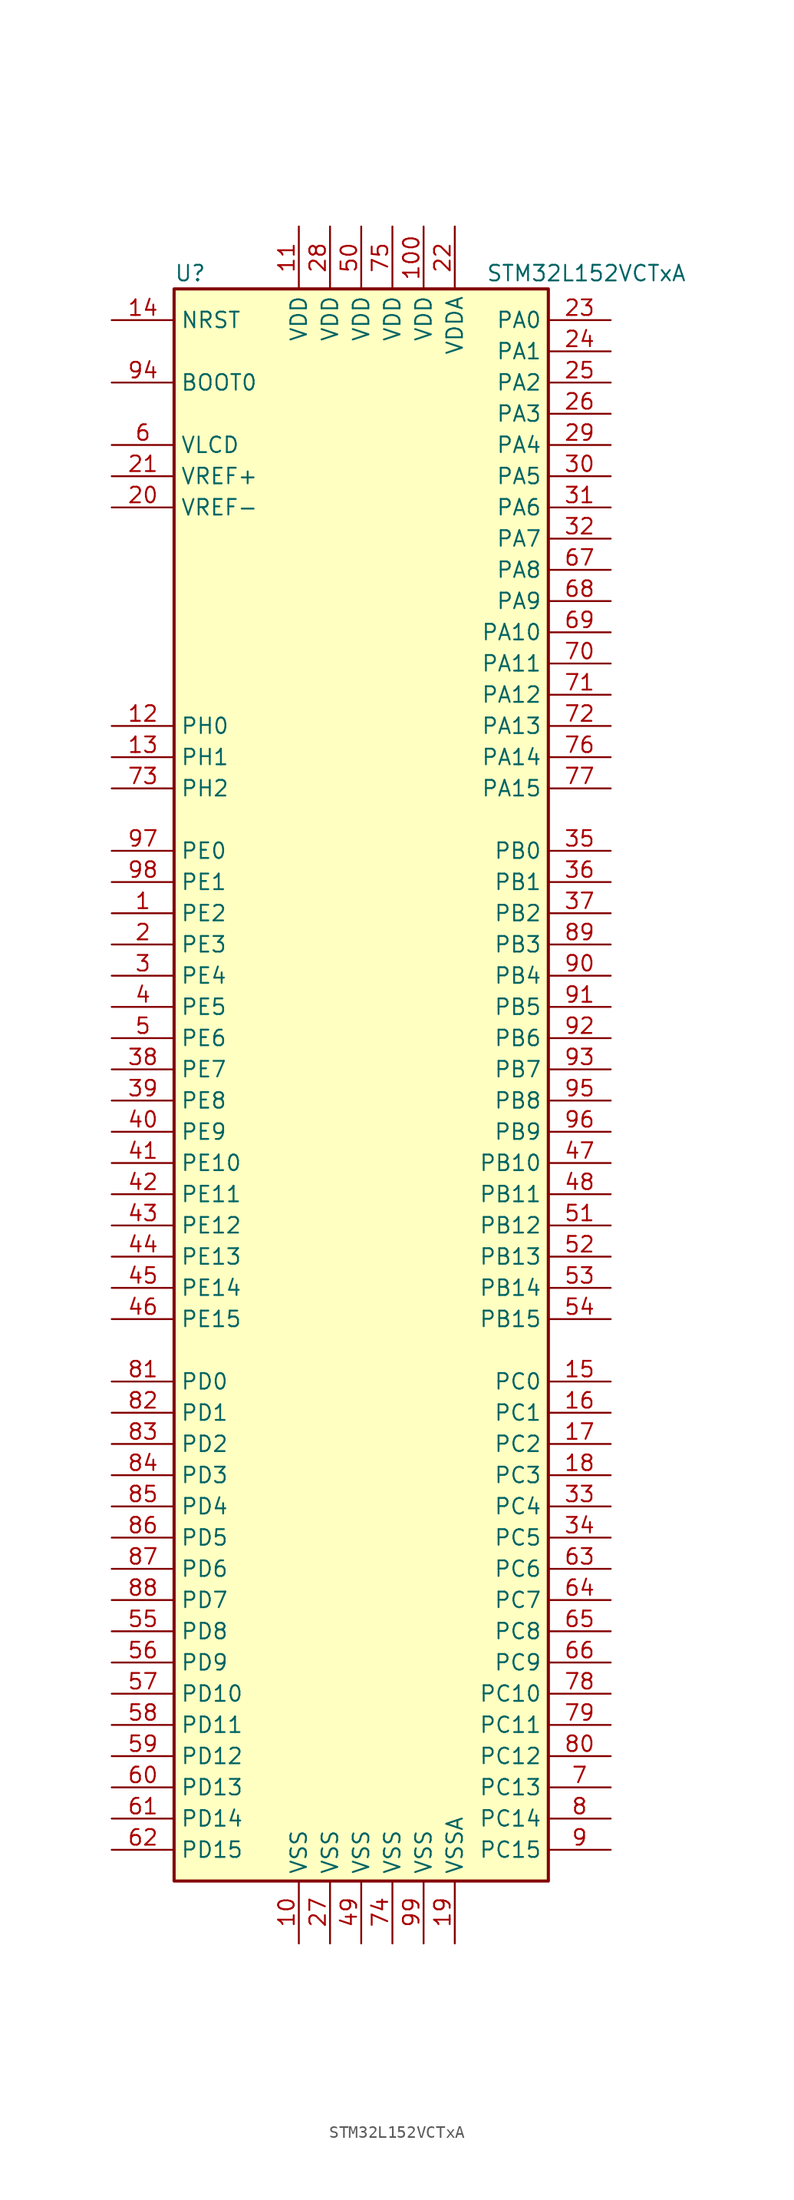
<source format=kicad_sym>
(kicad_symbol_lib
  (version 20201005)
  (generator kicad_symbol_editor)
  (symbol "MCU_ST_STM32L1:STM32L152VCTxA"
    (property "Reference" "U"
      (at -15.24 64.77 0)
      (effects (font (size 1.27 1.27)) (justify left)))
    (property "Value" "STM32L152VCTxA"
      (at 10.16 64.77 0)
      (effects (font (size 1.27 1.27)) (justify left)))
    (symbol "STM32L152VCTxA_0_1"
      (rectangle (start -15.24 -66.04) (end 15.24 63.5) (stroke (width 0.254)) (fill (type background))))
    (symbol "STM32L152VCTxA_1_1"
      (pin input line (at -20.32 55.88 0) (length 5.08) (name "BOOT0" (effects (font (size 1.27 1.27)))) (number "94" (effects (font (size 1.27 1.27)))))
      (pin input line (at -20.32 60.96 0) (length 5.08) (name "NRST" (effects (font (size 1.27 1.27)))) (number "14" (effects (font (size 1.27 1.27)))))
      (pin bidirectional line (at 20.32 60.96 180) (length 5.08) (name "PA0" (effects (font (size 1.27 1.27)))) (number "23" (effects (font (size 1.27 1.27)))))
      (pin bidirectional line (at 20.32 58.42 180) (length 5.08) (name "PA1" (effects (font (size 1.27 1.27)))) (number "24" (effects (font (size 1.27 1.27)))))
      (pin bidirectional line (at 20.32 35.56 180) (length 5.08) (name "PA10" (effects (font (size 1.27 1.27)))) (number "69" (effects (font (size 1.27 1.27)))))
      (pin bidirectional line (at 20.32 33.02 180) (length 5.08) (name "PA11" (effects (font (size 1.27 1.27)))) (number "70" (effects (font (size 1.27 1.27)))))
      (pin bidirectional line (at 20.32 30.48 180) (length 5.08) (name "PA12" (effects (font (size 1.27 1.27)))) (number "71" (effects (font (size 1.27 1.27)))))
      (pin bidirectional line (at 20.32 27.94 180) (length 5.08) (name "PA13" (effects (font (size 1.27 1.27)))) (number "72" (effects (font (size 1.27 1.27)))))
      (pin bidirectional line (at 20.32 25.4 180) (length 5.08) (name "PA14" (effects (font (size 1.27 1.27)))) (number "76" (effects (font (size 1.27 1.27)))))
      (pin bidirectional line (at 20.32 22.86 180) (length 5.08) (name "PA15" (effects (font (size 1.27 1.27)))) (number "77" (effects (font (size 1.27 1.27)))))
      (pin bidirectional line (at 20.32 55.88 180) (length 5.08) (name "PA2" (effects (font (size 1.27 1.27)))) (number "25" (effects (font (size 1.27 1.27)))))
      (pin bidirectional line (at 20.32 53.34 180) (length 5.08) (name "PA3" (effects (font (size 1.27 1.27)))) (number "26" (effects (font (size 1.27 1.27)))))
      (pin bidirectional line (at 20.32 50.8 180) (length 5.08) (name "PA4" (effects (font (size 1.27 1.27)))) (number "29" (effects (font (size 1.27 1.27)))))
      (pin bidirectional line (at 20.32 48.26 180) (length 5.08) (name "PA5" (effects (font (size 1.27 1.27)))) (number "30" (effects (font (size 1.27 1.27)))))
      (pin bidirectional line (at 20.32 45.72 180) (length 5.08) (name "PA6" (effects (font (size 1.27 1.27)))) (number "31" (effects (font (size 1.27 1.27)))))
      (pin bidirectional line (at 20.32 43.18 180) (length 5.08) (name "PA7" (effects (font (size 1.27 1.27)))) (number "32" (effects (font (size 1.27 1.27)))))
      (pin bidirectional line (at 20.32 40.64 180) (length 5.08) (name "PA8" (effects (font (size 1.27 1.27)))) (number "67" (effects (font (size 1.27 1.27)))))
      (pin bidirectional line (at 20.32 38.1 180) (length 5.08) (name "PA9" (effects (font (size 1.27 1.27)))) (number "68" (effects (font (size 1.27 1.27)))))
      (pin bidirectional line (at 20.32 17.78 180) (length 5.08) (name "PB0" (effects (font (size 1.27 1.27)))) (number "35" (effects (font (size 1.27 1.27)))))
      (pin bidirectional line (at 20.32 15.24 180) (length 5.08) (name "PB1" (effects (font (size 1.27 1.27)))) (number "36" (effects (font (size 1.27 1.27)))))
      (pin bidirectional line (at 20.32 -7.62 180) (length 5.08) (name "PB10" (effects (font (size 1.27 1.27)))) (number "47" (effects (font (size 1.27 1.27)))))
      (pin bidirectional line (at 20.32 -10.16 180) (length 5.08) (name "PB11" (effects (font (size 1.27 1.27)))) (number "48" (effects (font (size 1.27 1.27)))))
      (pin bidirectional line (at 20.32 -12.7 180) (length 5.08) (name "PB12" (effects (font (size 1.27 1.27)))) (number "51" (effects (font (size 1.27 1.27)))))
      (pin bidirectional line (at 20.32 -15.24 180) (length 5.08) (name "PB13" (effects (font (size 1.27 1.27)))) (number "52" (effects (font (size 1.27 1.27)))))
      (pin bidirectional line (at 20.32 -17.78 180) (length 5.08) (name "PB14" (effects (font (size 1.27 1.27)))) (number "53" (effects (font (size 1.27 1.27)))))
      (pin bidirectional line (at 20.32 -20.32 180) (length 5.08) (name "PB15" (effects (font (size 1.27 1.27)))) (number "54" (effects (font (size 1.27 1.27)))))
      (pin bidirectional line (at 20.32 12.7 180) (length 5.08) (name "PB2" (effects (font (size 1.27 1.27)))) (number "37" (effects (font (size 1.27 1.27)))))
      (pin bidirectional line (at 20.32 10.16 180) (length 5.08) (name "PB3" (effects (font (size 1.27 1.27)))) (number "89" (effects (font (size 1.27 1.27)))))
      (pin bidirectional line (at 20.32 7.62 180) (length 5.08) (name "PB4" (effects (font (size 1.27 1.27)))) (number "90" (effects (font (size 1.27 1.27)))))
      (pin bidirectional line (at 20.32 5.08 180) (length 5.08) (name "PB5" (effects (font (size 1.27 1.27)))) (number "91" (effects (font (size 1.27 1.27)))))
      (pin bidirectional line (at 20.32 2.54 180) (length 5.08) (name "PB6" (effects (font (size 1.27 1.27)))) (number "92" (effects (font (size 1.27 1.27)))))
      (pin bidirectional line (at 20.32 0 180) (length 5.08) (name "PB7" (effects (font (size 1.27 1.27)))) (number "93" (effects (font (size 1.27 1.27)))))
      (pin bidirectional line (at 20.32 -2.54 180) (length 5.08) (name "PB8" (effects (font (size 1.27 1.27)))) (number "95" (effects (font (size 1.27 1.27)))))
      (pin bidirectional line (at 20.32 -5.08 180) (length 5.08) (name "PB9" (effects (font (size 1.27 1.27)))) (number "96" (effects (font (size 1.27 1.27)))))
      (pin bidirectional line (at 20.32 -25.4 180) (length 5.08) (name "PC0" (effects (font (size 1.27 1.27)))) (number "15" (effects (font (size 1.27 1.27)))))
      (pin bidirectional line (at 20.32 -27.94 180) (length 5.08) (name "PC1" (effects (font (size 1.27 1.27)))) (number "16" (effects (font (size 1.27 1.27)))))
      (pin bidirectional line (at 20.32 -50.8 180) (length 5.08) (name "PC10" (effects (font (size 1.27 1.27)))) (number "78" (effects (font (size 1.27 1.27)))))
      (pin bidirectional line (at 20.32 -53.34 180) (length 5.08) (name "PC11" (effects (font (size 1.27 1.27)))) (number "79" (effects (font (size 1.27 1.27)))))
      (pin bidirectional line (at 20.32 -55.88 180) (length 5.08) (name "PC12" (effects (font (size 1.27 1.27)))) (number "80" (effects (font (size 1.27 1.27)))))
      (pin bidirectional line (at 20.32 -58.42 180) (length 5.08) (name "PC13" (effects (font (size 1.27 1.27)))) (number "7" (effects (font (size 1.27 1.27)))))
      (pin bidirectional line (at 20.32 -60.96 180) (length 5.08) (name "PC14" (effects (font (size 1.27 1.27)))) (number "8" (effects (font (size 1.27 1.27)))))
      (pin bidirectional line (at 20.32 -63.5 180) (length 5.08) (name "PC15" (effects (font (size 1.27 1.27)))) (number "9" (effects (font (size 1.27 1.27)))))
      (pin bidirectional line (at 20.32 -30.48 180) (length 5.08) (name "PC2" (effects (font (size 1.27 1.27)))) (number "17" (effects (font (size 1.27 1.27)))))
      (pin bidirectional line (at 20.32 -33.02 180) (length 5.08) (name "PC3" (effects (font (size 1.27 1.27)))) (number "18" (effects (font (size 1.27 1.27)))))
      (pin bidirectional line (at 20.32 -35.56 180) (length 5.08) (name "PC4" (effects (font (size 1.27 1.27)))) (number "33" (effects (font (size 1.27 1.27)))))
      (pin bidirectional line (at 20.32 -38.1 180) (length 5.08) (name "PC5" (effects (font (size 1.27 1.27)))) (number "34" (effects (font (size 1.27 1.27)))))
      (pin bidirectional line (at 20.32 -40.64 180) (length 5.08) (name "PC6" (effects (font (size 1.27 1.27)))) (number "63" (effects (font (size 1.27 1.27)))))
      (pin bidirectional line (at 20.32 -43.18 180) (length 5.08) (name "PC7" (effects (font (size 1.27 1.27)))) (number "64" (effects (font (size 1.27 1.27)))))
      (pin bidirectional line (at 20.32 -45.72 180) (length 5.08) (name "PC8" (effects (font (size 1.27 1.27)))) (number "65" (effects (font (size 1.27 1.27)))))
      (pin bidirectional line (at 20.32 -48.26 180) (length 5.08) (name "PC9" (effects (font (size 1.27 1.27)))) (number "66" (effects (font (size 1.27 1.27)))))
      (pin bidirectional line (at -20.32 -25.4 0) (length 5.08) (name "PD0" (effects (font (size 1.27 1.27)))) (number "81" (effects (font (size 1.27 1.27)))))
      (pin bidirectional line (at -20.32 -27.94 0) (length 5.08) (name "PD1" (effects (font (size 1.27 1.27)))) (number "82" (effects (font (size 1.27 1.27)))))
      (pin bidirectional line (at -20.32 -50.8 0) (length 5.08) (name "PD10" (effects (font (size 1.27 1.27)))) (number "57" (effects (font (size 1.27 1.27)))))
      (pin bidirectional line (at -20.32 -53.34 0) (length 5.08) (name "PD11" (effects (font (size 1.27 1.27)))) (number "58" (effects (font (size 1.27 1.27)))))
      (pin bidirectional line (at -20.32 -55.88 0) (length 5.08) (name "PD12" (effects (font (size 1.27 1.27)))) (number "59" (effects (font (size 1.27 1.27)))))
      (pin bidirectional line (at -20.32 -58.42 0) (length 5.08) (name "PD13" (effects (font (size 1.27 1.27)))) (number "60" (effects (font (size 1.27 1.27)))))
      (pin bidirectional line (at -20.32 -60.96 0) (length 5.08) (name "PD14" (effects (font (size 1.27 1.27)))) (number "61" (effects (font (size 1.27 1.27)))))
      (pin bidirectional line (at -20.32 -63.5 0) (length 5.08) (name "PD15" (effects (font (size 1.27 1.27)))) (number "62" (effects (font (size 1.27 1.27)))))
      (pin bidirectional line (at -20.32 -30.48 0) (length 5.08) (name "PD2" (effects (font (size 1.27 1.27)))) (number "83" (effects (font (size 1.27 1.27)))))
      (pin bidirectional line (at -20.32 -33.02 0) (length 5.08) (name "PD3" (effects (font (size 1.27 1.27)))) (number "84" (effects (font (size 1.27 1.27)))))
      (pin bidirectional line (at -20.32 -35.56 0) (length 5.08) (name "PD4" (effects (font (size 1.27 1.27)))) (number "85" (effects (font (size 1.27 1.27)))))
      (pin bidirectional line (at -20.32 -38.1 0) (length 5.08) (name "PD5" (effects (font (size 1.27 1.27)))) (number "86" (effects (font (size 1.27 1.27)))))
      (pin bidirectional line (at -20.32 -40.64 0) (length 5.08) (name "PD6" (effects (font (size 1.27 1.27)))) (number "87" (effects (font (size 1.27 1.27)))))
      (pin bidirectional line (at -20.32 -43.18 0) (length 5.08) (name "PD7" (effects (font (size 1.27 1.27)))) (number "88" (effects (font (size 1.27 1.27)))))
      (pin bidirectional line (at -20.32 -45.72 0) (length 5.08) (name "PD8" (effects (font (size 1.27 1.27)))) (number "55" (effects (font (size 1.27 1.27)))))
      (pin bidirectional line (at -20.32 -48.26 0) (length 5.08) (name "PD9" (effects (font (size 1.27 1.27)))) (number "56" (effects (font (size 1.27 1.27)))))
      (pin bidirectional line (at -20.32 17.78 0) (length 5.08) (name "PE0" (effects (font (size 1.27 1.27)))) (number "97" (effects (font (size 1.27 1.27)))))
      (pin bidirectional line (at -20.32 15.24 0) (length 5.08) (name "PE1" (effects (font (size 1.27 1.27)))) (number "98" (effects (font (size 1.27 1.27)))))
      (pin bidirectional line (at -20.32 -7.62 0) (length 5.08) (name "PE10" (effects (font (size 1.27 1.27)))) (number "41" (effects (font (size 1.27 1.27)))))
      (pin bidirectional line (at -20.32 -10.16 0) (length 5.08) (name "PE11" (effects (font (size 1.27 1.27)))) (number "42" (effects (font (size 1.27 1.27)))))
      (pin bidirectional line (at -20.32 -12.7 0) (length 5.08) (name "PE12" (effects (font (size 1.27 1.27)))) (number "43" (effects (font (size 1.27 1.27)))))
      (pin bidirectional line (at -20.32 -15.24 0) (length 5.08) (name "PE13" (effects (font (size 1.27 1.27)))) (number "44" (effects (font (size 1.27 1.27)))))
      (pin bidirectional line (at -20.32 -17.78 0) (length 5.08) (name "PE14" (effects (font (size 1.27 1.27)))) (number "45" (effects (font (size 1.27 1.27)))))
      (pin bidirectional line (at -20.32 -20.32 0) (length 5.08) (name "PE15" (effects (font (size 1.27 1.27)))) (number "46" (effects (font (size 1.27 1.27)))))
      (pin bidirectional line (at -20.32 12.7 0) (length 5.08) (name "PE2" (effects (font (size 1.27 1.27)))) (number "1" (effects (font (size 1.27 1.27)))))
      (pin bidirectional line (at -20.32 10.16 0) (length 5.08) (name "PE3" (effects (font (size 1.27 1.27)))) (number "2" (effects (font (size 1.27 1.27)))))
      (pin bidirectional line (at -20.32 7.62 0) (length 5.08) (name "PE4" (effects (font (size 1.27 1.27)))) (number "3" (effects (font (size 1.27 1.27)))))
      (pin bidirectional line (at -20.32 5.08 0) (length 5.08) (name "PE5" (effects (font (size 1.27 1.27)))) (number "4" (effects (font (size 1.27 1.27)))))
      (pin bidirectional line (at -20.32 2.54 0) (length 5.08) (name "PE6" (effects (font (size 1.27 1.27)))) (number "5" (effects (font (size 1.27 1.27)))))
      (pin bidirectional line (at -20.32 0 0) (length 5.08) (name "PE7" (effects (font (size 1.27 1.27)))) (number "38" (effects (font (size 1.27 1.27)))))
      (pin bidirectional line (at -20.32 -2.54 0) (length 5.08) (name "PE8" (effects (font (size 1.27 1.27)))) (number "39" (effects (font (size 1.27 1.27)))))
      (pin bidirectional line (at -20.32 -5.08 0) (length 5.08) (name "PE9" (effects (font (size 1.27 1.27)))) (number "40" (effects (font (size 1.27 1.27)))))
      (pin input line (at -20.32 27.94 0) (length 5.08) (name "PH0" (effects (font (size 1.27 1.27)))) (number "12" (effects (font (size 1.27 1.27)))))
      (pin input line (at -20.32 25.4 0) (length 5.08) (name "PH1" (effects (font (size 1.27 1.27)))) (number "13" (effects (font (size 1.27 1.27)))))
      (pin bidirectional line (at -20.32 22.86 0) (length 5.08) (name "PH2" (effects (font (size 1.27 1.27)))) (number "73" (effects (font (size 1.27 1.27)))))
      (pin power_in line (at 5.08 68.58 270) (length 5.08) (name "VDD" (effects (font (size 1.27 1.27)))) (number "100" (effects (font (size 1.27 1.27)))))
      (pin power_in line (at -5.08 68.58 270) (length 5.08) (name "VDD" (effects (font (size 1.27 1.27)))) (number "11" (effects (font (size 1.27 1.27)))))
      (pin power_in line (at -2.54 68.58 270) (length 5.08) (name "VDD" (effects (font (size 1.27 1.27)))) (number "28" (effects (font (size 1.27 1.27)))))
      (pin power_in line (at 0 68.58 270) (length 5.08) (name "VDD" (effects (font (size 1.27 1.27)))) (number "50" (effects (font (size 1.27 1.27)))))
      (pin power_in line (at 2.54 68.58 270) (length 5.08) (name "VDD" (effects (font (size 1.27 1.27)))) (number "75" (effects (font (size 1.27 1.27)))))
      (pin power_in line (at 7.62 68.58 270) (length 5.08) (name "VDDA" (effects (font (size 1.27 1.27)))) (number "22" (effects (font (size 1.27 1.27)))))
      (pin power_in line (at -20.32 50.8 0) (length 5.08) (name "VLCD" (effects (font (size 1.27 1.27)))) (number "6" (effects (font (size 1.27 1.27)))))
      (pin power_in line (at -20.32 48.26 0) (length 5.08) (name "VREF+" (effects (font (size 1.27 1.27)))) (number "21" (effects (font (size 1.27 1.27)))))
      (pin power_in line (at -20.32 45.72 0) (length 5.08) (name "VREF-" (effects (font (size 1.27 1.27)))) (number "20" (effects (font (size 1.27 1.27)))))
      (pin power_in line (at -5.08 -71.12 90) (length 5.08) (name "VSS" (effects (font (size 1.27 1.27)))) (number "10" (effects (font (size 1.27 1.27)))))
      (pin power_in line (at -2.54 -71.12 90) (length 5.08) (name "VSS" (effects (font (size 1.27 1.27)))) (number "27" (effects (font (size 1.27 1.27)))))
      (pin power_in line (at 0 -71.12 90) (length 5.08) (name "VSS" (effects (font (size 1.27 1.27)))) (number "49" (effects (font (size 1.27 1.27)))))
      (pin power_in line (at 2.54 -71.12 90) (length 5.08) (name "VSS" (effects (font (size 1.27 1.27)))) (number "74" (effects (font (size 1.27 1.27)))))
      (pin power_in line (at 5.08 -71.12 90) (length 5.08) (name "VSS" (effects (font (size 1.27 1.27)))) (number "99" (effects (font (size 1.27 1.27)))))
      (pin power_in line (at 7.62 -71.12 90) (length 5.08) (name "VSSA" (effects (font (size 1.27 1.27)))) (number "19" (effects (font (size 1.27 1.27))))))))
</source>
